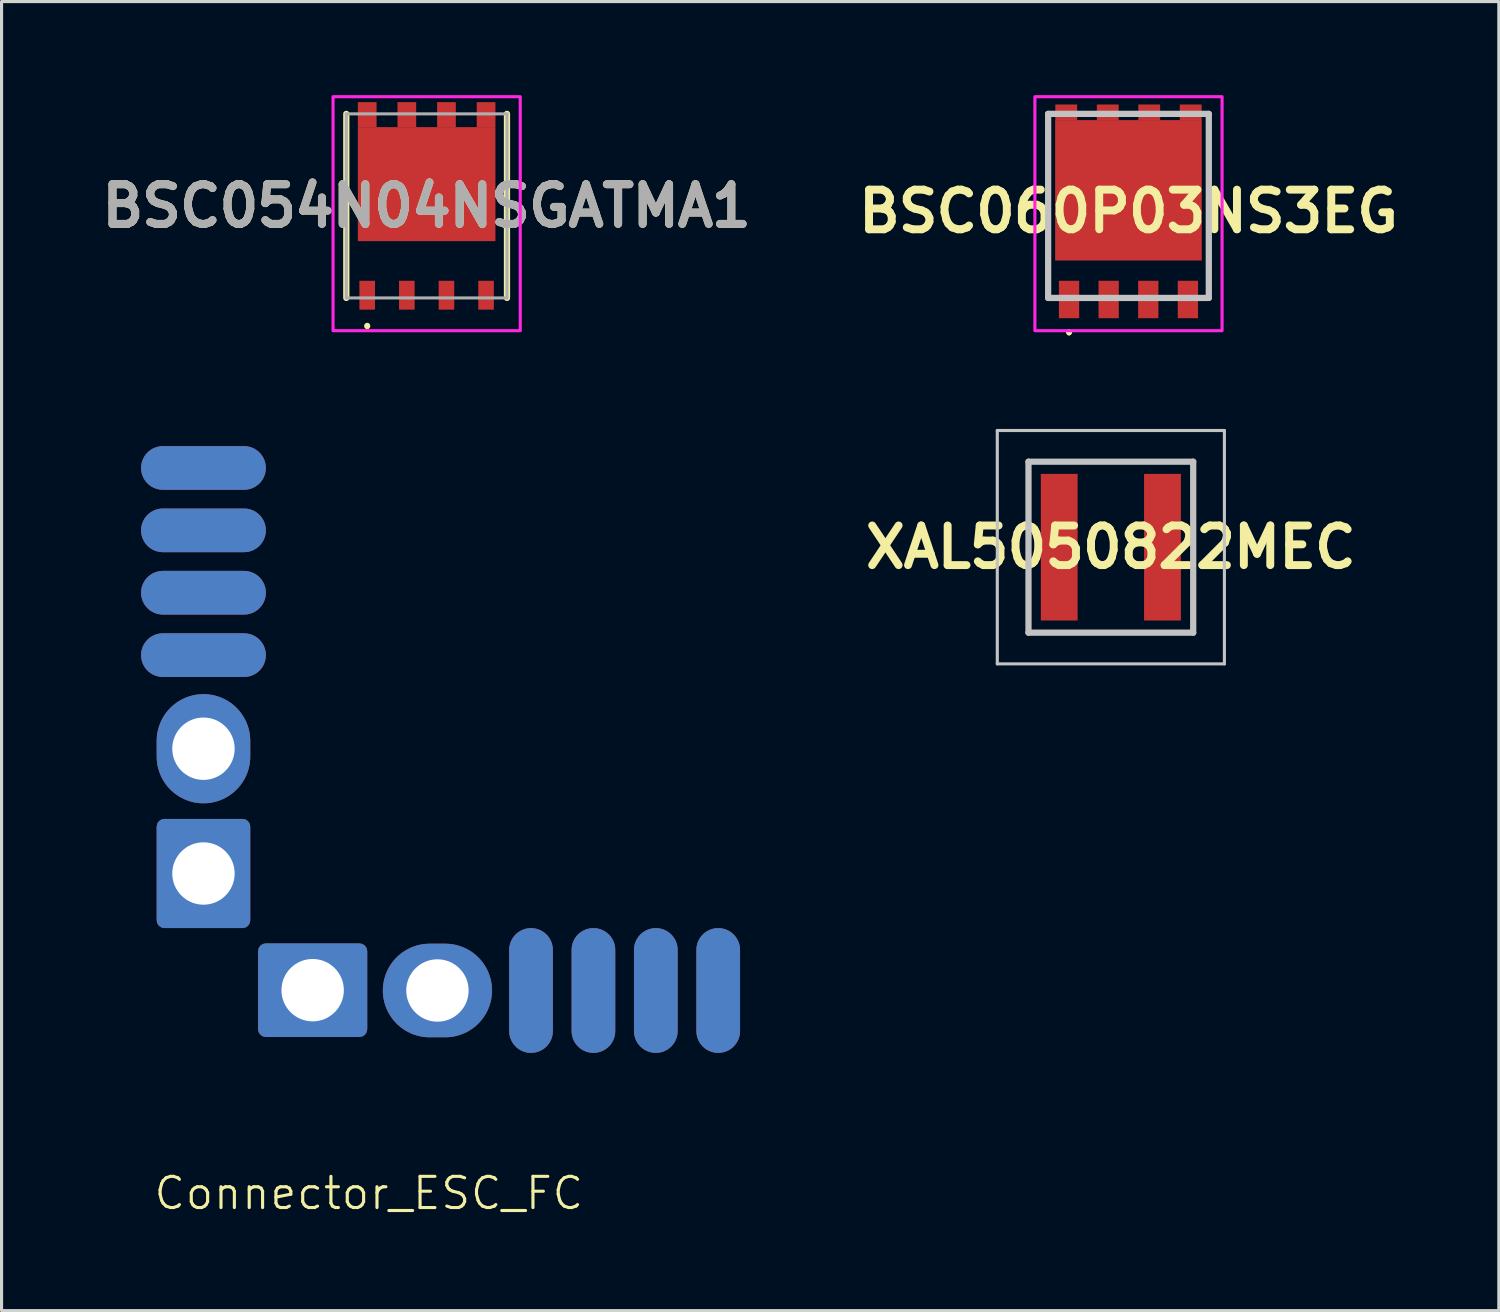
<source format=kicad_pcb>
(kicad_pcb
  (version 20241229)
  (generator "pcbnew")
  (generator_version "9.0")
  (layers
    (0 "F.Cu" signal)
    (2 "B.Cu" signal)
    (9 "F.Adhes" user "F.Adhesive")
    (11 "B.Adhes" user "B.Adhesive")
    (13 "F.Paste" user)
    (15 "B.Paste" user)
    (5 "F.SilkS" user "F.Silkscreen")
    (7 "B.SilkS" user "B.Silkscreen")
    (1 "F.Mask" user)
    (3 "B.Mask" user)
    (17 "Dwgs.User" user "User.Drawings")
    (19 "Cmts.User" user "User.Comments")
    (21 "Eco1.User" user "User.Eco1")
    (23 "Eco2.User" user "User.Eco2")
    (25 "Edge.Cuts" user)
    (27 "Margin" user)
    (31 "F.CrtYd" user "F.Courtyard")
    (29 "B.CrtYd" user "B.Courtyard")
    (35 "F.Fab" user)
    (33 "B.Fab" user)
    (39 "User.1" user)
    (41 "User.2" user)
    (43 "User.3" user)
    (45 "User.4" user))
  (footprint "BSC060P03NS3EG"
    (layer "F.Cu")
    (at 33.123 3.55)
    (property "Reference" "BSC060P03NS3EG" (at 0 0.175 0) (layer "F.SilkS") (effects (font (size 1.27 1.27) (thickness 0.254))))
    (attr smd)
    (fp_line (start -1.905 4) (end -1.905 4) (stroke (width 0.1) (type solid)) (layer "F.SilkS"))
    (fp_line (start -1.905 4.1) (end -1.905 4.1) (stroke (width 0.1) (type solid)) (layer "F.SilkS"))
    (fp_arc (start -1.905 4) (mid -1.855 4.05) (end -1.905 4.1) (stroke (width 0.1) (type solid)) (layer "F.SilkS"))
    (fp_arc (start -1.905 4.1) (mid -1.955 4.05) (end -1.905 4) (stroke (width 0.1) (type solid)) (layer "F.SilkS"))
    (fp_line (start -2.575 -2.95) (end 2.575 -2.95) (stroke (width 0.2) (type solid)) (layer "Dwgs.User"))
    (fp_line (start -2.575 2.95) (end -2.575 -2.95) (stroke (width 0.2) (type solid)) (layer "Dwgs.User"))
    (fp_line (start 2.575 -2.95) (end 2.575 2.95) (stroke (width 0.2) (type solid)) (layer "Dwgs.User"))
    (fp_line (start 2.575 2.95) (end -2.575 2.95) (stroke (width 0.2) (type solid)) (layer "Dwgs.User"))
    (fp_rect (start -3 -3.5) (end 3 4) (stroke (width 0.1) (type default)) (fill no) (layer "F.CrtYd"))
    (pad "1" smd rect (at -1.995 -3 90) (size 0.5 0.7) (layers "F.Cu" "F.Mask" "F.Paste"))
    (pad "1" smd rect (at -0.665 -3 90) (size 0.5 0.7) (layers "F.Cu" "F.Mask" "F.Paste"))
    (pad "1" smd rect (at 0 -0.5 90) (size 4.5 4.7) (layers "F.Cu" "F.Mask" "F.Paste"))
    (pad "1" smd rect (at 0.665 -3 90) (size 0.5 0.7) (layers "F.Cu" "F.Mask" "F.Paste"))
    (pad "1" smd rect (at 1.995 -3 90) (size 0.5 0.7) (layers "F.Cu" "F.Mask" "F.Paste"))
    (pad "2" smd rect (at 1.905 3) (size 0.65 1.2) (layers "F.Cu" "F.Mask" "F.Paste"))
    (pad "3" smd rect (at -1.905 3) (size 0.65 1.2) (layers "F.Cu" "F.Mask" "F.Paste"))
    (pad "3" smd rect (at -0.635 3) (size 0.65 1.2) (layers "F.Cu" "F.Mask" "F.Paste"))
    (pad "3" smd rect (at 0.635 3) (size 0.65 1.2) (layers "F.Cu" "F.Mask" "F.Paste")))
  (footprint "XAL5050822MEC"
    (layer "F.Cu")
    (at 32.558 14.49)
    (property "Reference" "XAL5050822MEC" (at 0 0 0) (layer "F.SilkS") (effects (font (size 1.27 1.27) (thickness 0.254))))
    (attr smd)
    (fp_line (start -2.64 -2.74) (end 2.64 -2.74) (stroke (width 0.1) (type solid)) (layer "F.SilkS"))
    (fp_line (start -2.64 2.74) (end -2.64 -2.74) (stroke (width 0.1) (type solid)) (layer "F.SilkS"))
    (fp_line (start 2.64 -2.74) (end 2.64 2.74) (stroke (width 0.1) (type solid)) (layer "F.SilkS"))
    (fp_line (start 2.64 2.74) (end -2.64 2.74) (stroke (width 0.1) (type solid)) (layer "F.SilkS"))
    (fp_line (start -3.64 -3.74) (end 3.64 -3.74) (stroke (width 0.1) (type solid)) (layer "Dwgs.User"))
    (fp_line (start -3.64 3.74) (end -3.64 -3.74) (stroke (width 0.1) (type solid)) (layer "Dwgs.User"))
    (fp_line (start -2.64 -2.74) (end 2.64 -2.74) (stroke (width 0.2) (type solid)) (layer "Dwgs.User"))
    (fp_line (start -2.64 2.74) (end -2.64 -2.74) (stroke (width 0.2) (type solid)) (layer "Dwgs.User"))
    (fp_line (start 2.64 -2.74) (end 2.64 2.74) (stroke (width 0.2) (type solid)) (layer "Dwgs.User"))
    (fp_line (start 2.64 2.74) (end -2.64 2.74) (stroke (width 0.2) (type solid)) (layer "Dwgs.User"))
    (fp_line (start 3.64 -3.74) (end 3.64 3.74) (stroke (width 0.1) (type solid)) (layer "Dwgs.User"))
    (fp_line (start 3.64 3.74) (end -3.64 3.74) (stroke (width 0.1) (type solid)) (layer "Dwgs.User"))
    (pad "1" smd rect (at -1.655 0) (size 1.18 4.7) (layers "F.Cu" "F.Mask" "F.Paste"))
    (pad "2" smd rect (at 1.655 0) (size 1.18 4.7) (layers "F.Cu" "F.Mask" "F.Paste")))
  (footprint "BSC054N04NSGATMA1"
    (layer "F.Cu")
    (at 10.626 3.55)
    (property "Reference" "BSC054N04NSGATMA1" (at 0 0.002 0) (layer "F.SilkS") (effects (font (size 1.27 1.27) (thickness 0.254))))
    (attr smd)
    (fp_line (start -2.575 -2.95) (end -2.575 2.95) (stroke (width 0.2) (type solid)) (layer "F.SilkS"))
    (fp_line (start -1.905 3.8) (end -1.905 3.8) (stroke (width 0.1) (type solid)) (layer "F.SilkS"))
    (fp_line (start -1.905 3.9) (end -1.905 3.9) (stroke (width 0.1) (type solid)) (layer "F.SilkS"))
    (fp_line (start 2.575 -2.95) (end 2.575 2.95) (stroke (width 0.2) (type solid)) (layer "F.SilkS"))
    (fp_arc (start -1.905 3.8) (mid -1.855 3.85) (end -1.905 3.9) (stroke (width 0.1) (type solid)) (layer "F.SilkS"))
    (fp_arc (start -1.905 3.9) (mid -1.955 3.85) (end -1.905 3.8) (stroke (width 0.1) (type solid)) (layer "F.SilkS"))
    (fp_rect (start -3 -3.5) (end 3 4) (stroke (width 0.1) (type default)) (fill no) (layer "F.CrtYd"))
    (fp_line (start -2.575 -2.95) (end 2.575 -2.95) (stroke (width 0.1) (type solid)) (layer "F.Fab"))
    (fp_line (start -2.575 2.95) (end -2.575 -2.95) (stroke (width 0.1) (type solid)) (layer "F.Fab"))
    (fp_line (start 2.575 -2.95) (end 2.575 2.95) (stroke (width 0.1) (type solid)) (layer "F.Fab"))
    (fp_line (start 2.575 2.95) (end -2.575 2.95) (stroke (width 0.1) (type solid)) (layer "F.Fab"))
    (fp_text user "${REFERENCE}" (at 0 0.002 0) (layer "F.Fab") (effects (font (size 1.27 1.27) (thickness 0.254))))
    (pad "1" smd rect (at -1.905 2.863) (size 0.5 0.925) (layers "F.Cu" "F.Mask" "F.Paste"))
    (pad "1" smd rect (at -0.635 2.863) (size 0.5 0.925) (layers "F.Cu" "F.Mask" "F.Paste"))
    (pad "1" smd rect (at 0.635 2.863) (size 0.5 0.925) (layers "F.Cu" "F.Mask" "F.Paste"))
    (pad "2" smd rect (at 1.905 2.863) (size 0.5 0.925) (layers "F.Cu" "F.Mask" "F.Paste"))
    (pad "3" smd rect (at -1.905 -2.925) (size 0.6 0.8) (layers "F.Cu" "F.Mask" "F.Paste"))
    (pad "3" smd rect (at -0.635 -2.925) (size 0.6 0.8) (layers "F.Cu" "F.Mask" "F.Paste"))
    (pad "3" smd rect (at 0 -0.698 90) (size 3.655 4.41) (layers "F.Cu" "F.Mask" "F.Paste"))
    (pad "3" smd rect (at 0.635 -2.925) (size 0.6 0.8) (layers "F.Cu" "F.Mask" "F.Paste"))
    (pad "3" smd rect (at 1.905 -2.925) (size 0.6 0.8) (layers "F.Cu" "F.Mask" "F.Paste")))
  (footprint "Connector_ESC_FC"
    (layer "F.Cu")
    (at 17.472 29.7)
    (property "Reference" "Connector_ESC_FC" (at -8.7 5.5 0) (unlocked yes) (layer "F.SilkS") (effects (font (size 1 1) (thickness 0.1))))
    (attr through_hole)
    (fp_text user "sda scl pwm gnd  bat-       bat+" (at 4 1 180) (unlocked yes) (layer "F.Mask") (effects (font (face "Copperplate Gothic Bold") (size 0.8 0.7) (thickness 0.14) (bold yes)) (justify left bottom)))
    (fp_text user "sda scl pwm gnd  bat-       bat+" (at -17.25 -19 270) (unlocked yes) (layer "F.Mask") (effects (font (face "Copperplate Gothic Bold") (size 0.8 0.7) (thickness 0.14) (bold yes)) (justify left bottom)))
    (pad "" smd oval (at -14 -17.75 90) (size 1.4 3) (layers "*.Paste" "*.Mask"))
    (pad "" smd oval (at -14 -15.75 90) (size 1.4 3) (layers "*.Paste" "*.Mask"))
    (pad "" smd oval (at -14 -13.75 90) (size 1.4 3) (layers "*.Paste" "*.Mask"))
    (pad "" smd oval (at -14 -11.75 90) (size 1.4 3) (layers "*.Paste" "*.Mask"))
    (pad "" smd oval (at -3.5 -1) (size 1.4 3) (layers "*.Paste" "*.Mask"))
    (pad "" smd oval (at -1.5 -1) (size 1.4 3) (layers "*.Paste" "*.Mask"))
    (pad "" smd oval (at 0.5 -1) (size 1.4 3) (layers "*.Paste" "*.Mask"))
    (pad "" smd oval (at 2.5 -1) (size 1.4 3) (layers "*.Paste" "*.Mask"))
    (pad "1" thru_hole roundrect (at -14 -4.75 90) (size 3.5 3) (drill 2) (layers "*.Cu" "*.Mask") (roundrect_rratio 0.083))
    (pad "1" thru_hole roundrect (at -10.5 -1.01) (size 3.5 3) (drill 2) (layers "*.Cu" "*.Mask") (roundrect_rratio 0.083))
    (pad "2" thru_hole oval (at -14 -8.75 90) (size 3.5 3) (drill 2) (layers "*.Cu" "*.Mask"))
    (pad "2" thru_hole oval (at -6.5 -1) (size 3.5 3) (drill 2) (layers "*.Cu" "*.Mask"))
    (pad "3" smd oval (at -14 -11.75 90) (size 1.4 4) (layers "F.Cu"))
    (pad "3" smd oval (at -14 -11.75 270) (size 1.4 4) (layers "B.Cu"))
    (pad "3" smd oval (at -3.5 -1) (size 1.4 4) (layers "F.Cu"))
    (pad "3" smd oval (at -3.5 -1 180) (size 1.4 4) (layers "B.Cu"))
    (pad "4" smd oval (at -1.5 -1) (size 1.4 4) (layers "F.Cu"))
    (pad "4" smd oval (at -1.5 -1 180) (size 1.4 4) (layers "B.Cu"))
    (pad "5" smd oval (at -14 -15.75 90) (size 1.4 4) (layers "F.Cu"))
    (pad "5" smd oval (at -14 -15.75 270) (size 1.4 4) (layers "B.Cu"))
    (pad "5" smd oval (at 0.5 -1) (size 1.4 4) (layers "F.Cu"))
    (pad "5" smd oval (at 0.5 -1 180) (size 1.4 4) (layers "B.Cu"))
    (pad "6" smd oval (at -14 -17.75 90) (size 1.4 4) (layers "F.Cu"))
    (pad "6" smd oval (at -14 -17.75 270) (size 1.4 4) (layers "B.Cu"))
    (pad "6" smd oval (at 2.5 -1) (size 1.4 4) (layers "F.Cu"))
    (pad "6" smd oval (at 2.5 -1 180) (size 1.4 4) (layers "B.Cu"))
    (pad "7" smd oval (at -14 -13.75 90) (size 1.4 4) (layers "F.Cu"))
    (pad "7" smd oval (at -14 -13.75 270) (size 1.4 4) (layers "B.Cu")))
  (gr_rect
    (start -3 -3)
    (end 44.995 38.961)
    (stroke (width 0.1) (type default))
    (fill no)
    (layer "Edge.Cuts")))
</source>
